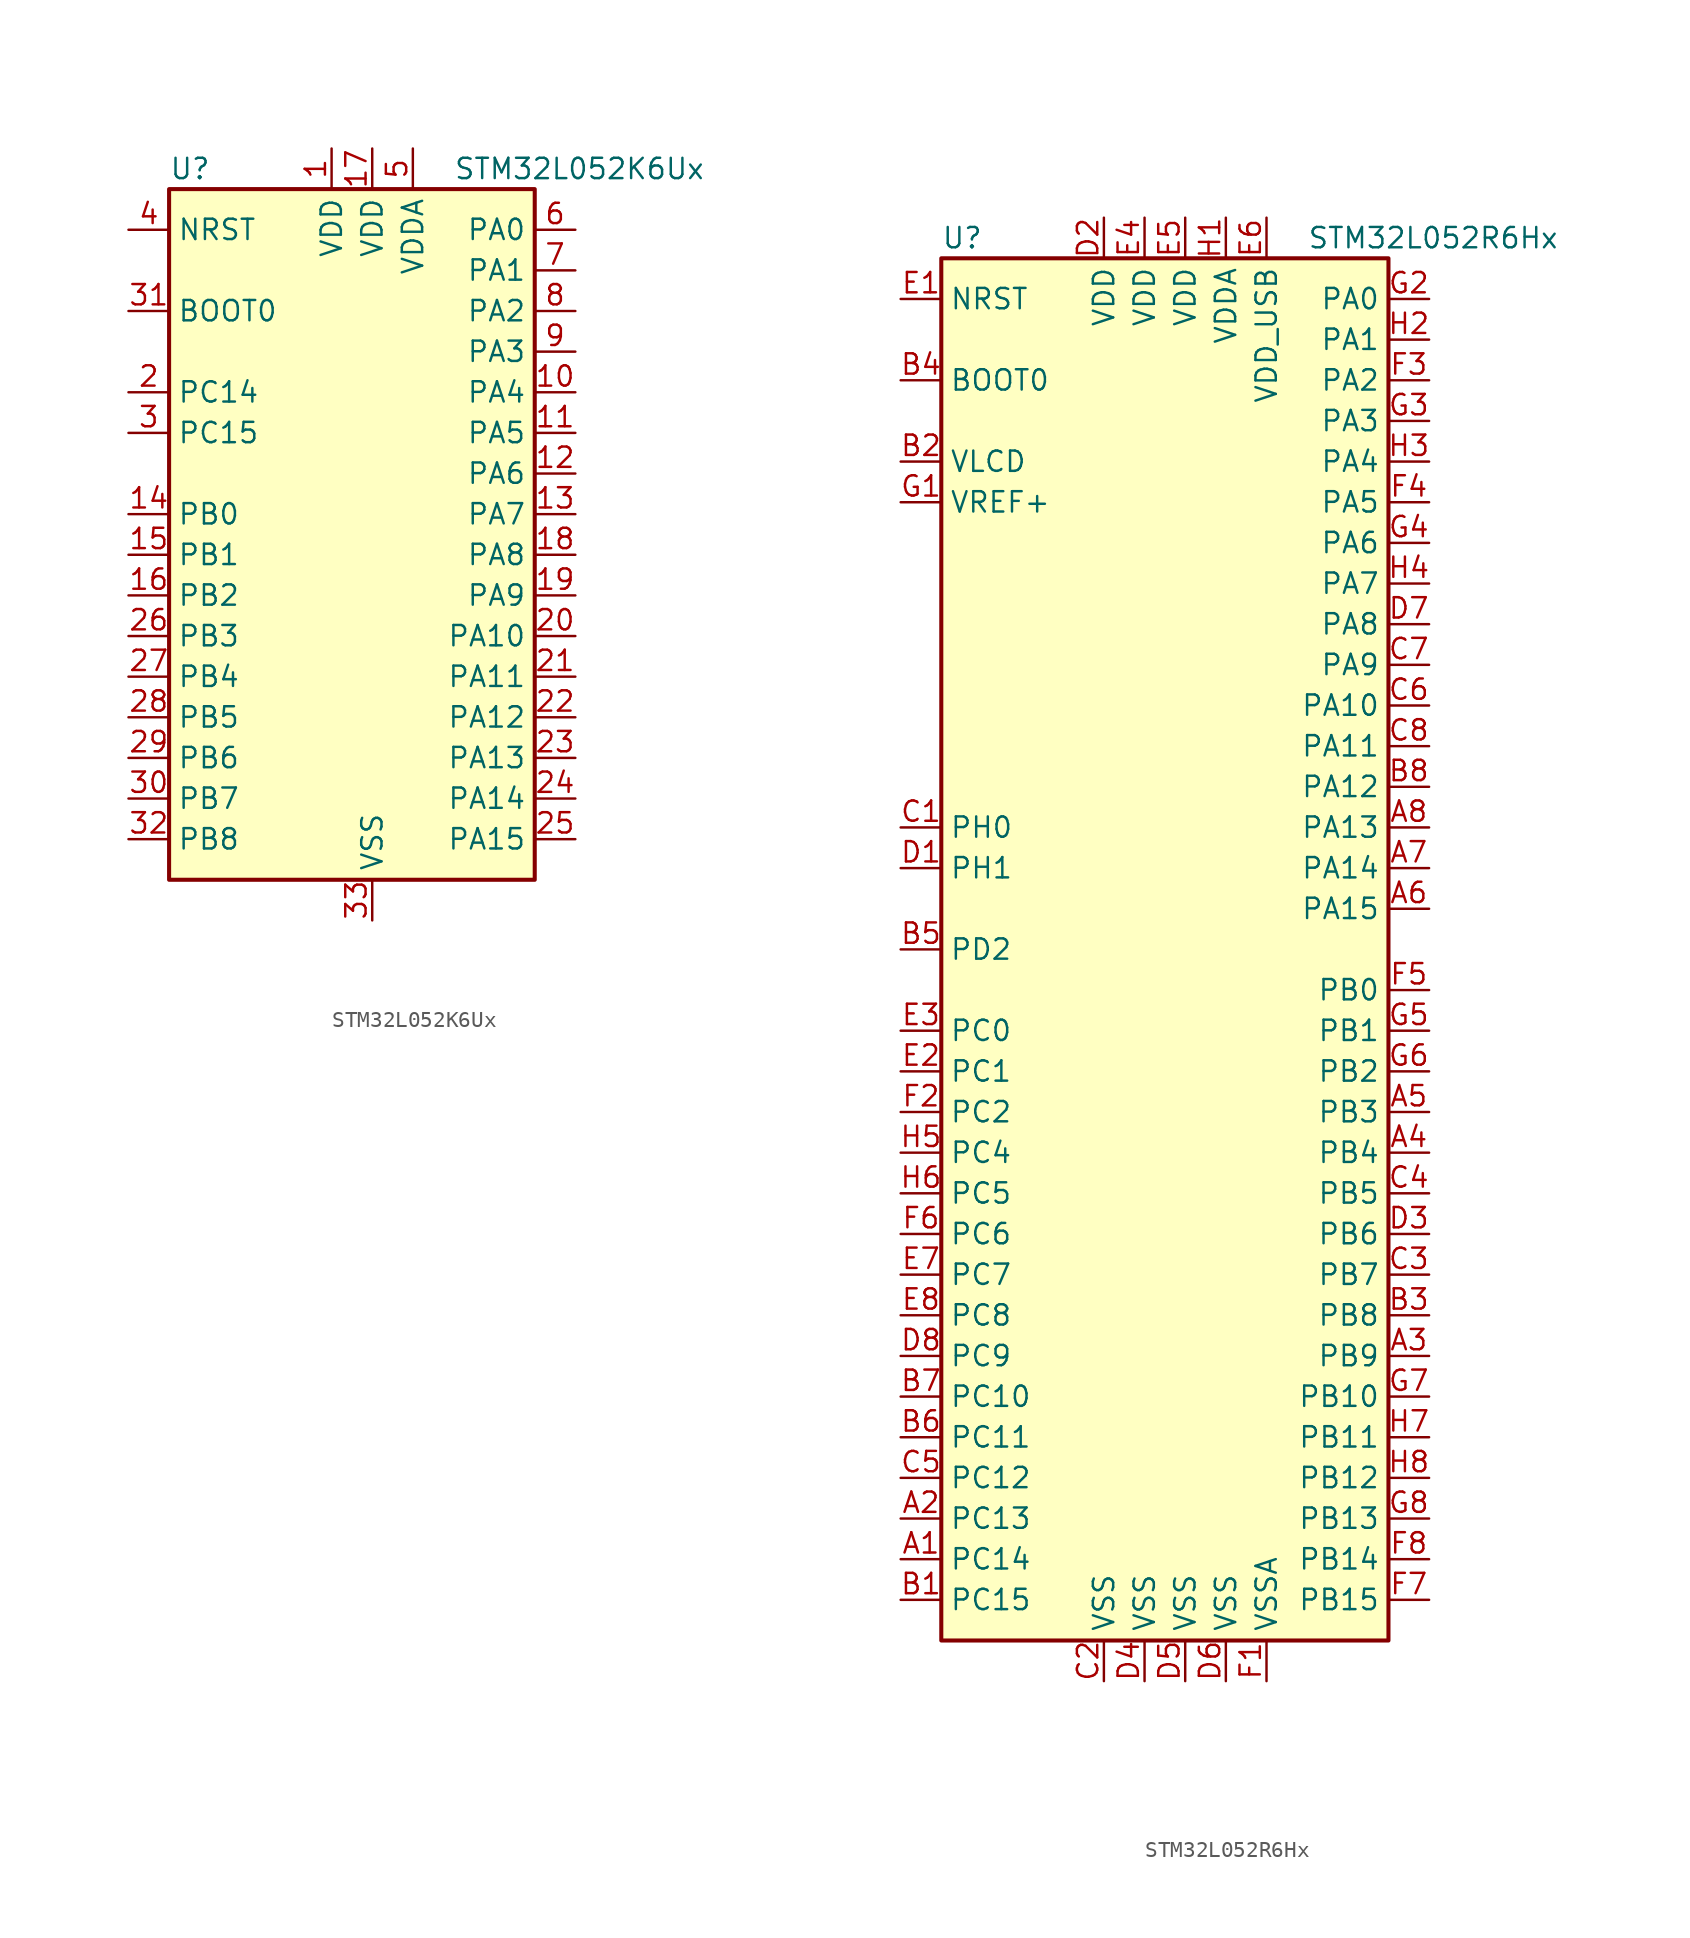
<source format=kicad_sym>
(kicad_symbol_lib
  (version 20201005)
  (generator kicad_symbol_editor)
  (symbol "STM32L052K6Ux"
    (property "Reference" "U"
      (at -12.7 21.59 0)
      (effects (font (size 1.27 1.27)) (justify left)))
    (property "Value" "STM32L052K6Ux"
      (at 5.08 21.59 0)
      (effects (font (size 1.27 1.27)) (justify left)))
    (symbol "STM32L052K6Ux_0_1"
      (rectangle (start -12.7 -22.86) (end 10.16 20.32) (stroke (width 0.254)) (fill (type background))))
    (symbol "STM32L052K6Ux_1_1"
      (pin input line (at -15.24 12.7 0) (length 2.54) (name "BOOT0" (effects (font (size 1.27 1.27)))) (number "31" (effects (font (size 1.27 1.27)))))
      (pin input line (at -15.24 17.78 0) (length 2.54) (name "NRST" (effects (font (size 1.27 1.27)))) (number "4" (effects (font (size 1.27 1.27)))))
      (pin bidirectional line (at 12.7 17.78 180) (length 2.54) (name "PA0" (effects (font (size 1.27 1.27)))) (number "6" (effects (font (size 1.27 1.27)))))
      (pin bidirectional line (at 12.7 15.24 180) (length 2.54) (name "PA1" (effects (font (size 1.27 1.27)))) (number "7" (effects (font (size 1.27 1.27)))))
      (pin bidirectional line (at 12.7 -7.62 180) (length 2.54) (name "PA10" (effects (font (size 1.27 1.27)))) (number "20" (effects (font (size 1.27 1.27)))))
      (pin bidirectional line (at 12.7 -10.16 180) (length 2.54) (name "PA11" (effects (font (size 1.27 1.27)))) (number "21" (effects (font (size 1.27 1.27)))))
      (pin bidirectional line (at 12.7 -12.7 180) (length 2.54) (name "PA12" (effects (font (size 1.27 1.27)))) (number "22" (effects (font (size 1.27 1.27)))))
      (pin bidirectional line (at 12.7 -15.24 180) (length 2.54) (name "PA13" (effects (font (size 1.27 1.27)))) (number "23" (effects (font (size 1.27 1.27)))))
      (pin bidirectional line (at 12.7 -17.78 180) (length 2.54) (name "PA14" (effects (font (size 1.27 1.27)))) (number "24" (effects (font (size 1.27 1.27)))))
      (pin bidirectional line (at 12.7 -20.32 180) (length 2.54) (name "PA15" (effects (font (size 1.27 1.27)))) (number "25" (effects (font (size 1.27 1.27)))))
      (pin bidirectional line (at 12.7 12.7 180) (length 2.54) (name "PA2" (effects (font (size 1.27 1.27)))) (number "8" (effects (font (size 1.27 1.27)))))
      (pin bidirectional line (at 12.7 10.16 180) (length 2.54) (name "PA3" (effects (font (size 1.27 1.27)))) (number "9" (effects (font (size 1.27 1.27)))))
      (pin bidirectional line (at 12.7 7.62 180) (length 2.54) (name "PA4" (effects (font (size 1.27 1.27)))) (number "10" (effects (font (size 1.27 1.27)))))
      (pin bidirectional line (at 12.7 5.08 180) (length 2.54) (name "PA5" (effects (font (size 1.27 1.27)))) (number "11" (effects (font (size 1.27 1.27)))))
      (pin bidirectional line (at 12.7 2.54 180) (length 2.54) (name "PA6" (effects (font (size 1.27 1.27)))) (number "12" (effects (font (size 1.27 1.27)))))
      (pin bidirectional line (at 12.7 0 180) (length 2.54) (name "PA7" (effects (font (size 1.27 1.27)))) (number "13" (effects (font (size 1.27 1.27)))))
      (pin bidirectional line (at 12.7 -2.54 180) (length 2.54) (name "PA8" (effects (font (size 1.27 1.27)))) (number "18" (effects (font (size 1.27 1.27)))))
      (pin bidirectional line (at 12.7 -5.08 180) (length 2.54) (name "PA9" (effects (font (size 1.27 1.27)))) (number "19" (effects (font (size 1.27 1.27)))))
      (pin bidirectional line (at -15.24 0 0) (length 2.54) (name "PB0" (effects (font (size 1.27 1.27)))) (number "14" (effects (font (size 1.27 1.27)))))
      (pin bidirectional line (at -15.24 -2.54 0) (length 2.54) (name "PB1" (effects (font (size 1.27 1.27)))) (number "15" (effects (font (size 1.27 1.27)))))
      (pin bidirectional line (at -15.24 -5.08 0) (length 2.54) (name "PB2" (effects (font (size 1.27 1.27)))) (number "16" (effects (font (size 1.27 1.27)))))
      (pin bidirectional line (at -15.24 -7.62 0) (length 2.54) (name "PB3" (effects (font (size 1.27 1.27)))) (number "26" (effects (font (size 1.27 1.27)))))
      (pin bidirectional line (at -15.24 -10.16 0) (length 2.54) (name "PB4" (effects (font (size 1.27 1.27)))) (number "27" (effects (font (size 1.27 1.27)))))
      (pin bidirectional line (at -15.24 -12.7 0) (length 2.54) (name "PB5" (effects (font (size 1.27 1.27)))) (number "28" (effects (font (size 1.27 1.27)))))
      (pin bidirectional line (at -15.24 -15.24 0) (length 2.54) (name "PB6" (effects (font (size 1.27 1.27)))) (number "29" (effects (font (size 1.27 1.27)))))
      (pin bidirectional line (at -15.24 -17.78 0) (length 2.54) (name "PB7" (effects (font (size 1.27 1.27)))) (number "30" (effects (font (size 1.27 1.27)))))
      (pin bidirectional line (at -15.24 -20.32 0) (length 2.54) (name "PB8" (effects (font (size 1.27 1.27)))) (number "32" (effects (font (size 1.27 1.27)))))
      (pin bidirectional line (at -15.24 7.62 0) (length 2.54) (name "PC14" (effects (font (size 1.27 1.27)))) (number "2" (effects (font (size 1.27 1.27)))))
      (pin bidirectional line (at -15.24 5.08 0) (length 2.54) (name "PC15" (effects (font (size 1.27 1.27)))) (number "3" (effects (font (size 1.27 1.27)))))
      (pin power_in line (at -2.54 22.86 270) (length 2.54) (name "VDD" (effects (font (size 1.27 1.27)))) (number "1" (effects (font (size 1.27 1.27)))))
      (pin power_in line (at 0 22.86 270) (length 2.54) (name "VDD" (effects (font (size 1.27 1.27)))) (number "17" (effects (font (size 1.27 1.27)))))
      (pin power_in line (at 2.54 22.86 270) (length 2.54) (name "VDDA" (effects (font (size 1.27 1.27)))) (number "5" (effects (font (size 1.27 1.27)))))
      (pin power_in line (at 0 -25.4 90) (length 2.54) (name "VSS" (effects (font (size 1.27 1.27)))) (number "33" (effects (font (size 1.27 1.27)))))))
  (symbol "STM32L052R6Hx"
    (property "Reference" "U"
      (at -15.24 44.45 0)
      (effects (font (size 1.27 1.27)) (justify left)))
    (property "Value" "STM32L052R6Hx"
      (at 7.62 44.45 0)
      (effects (font (size 1.27 1.27)) (justify left)))
    (symbol "STM32L052R6Hx_0_1"
      (rectangle (start -15.24 -43.18) (end 12.7 43.18) (stroke (width 0.254)) (fill (type background))))
    (symbol "STM32L052R6Hx_1_1"
      (pin input line (at -17.78 35.56 0) (length 2.54) (name "BOOT0" (effects (font (size 1.27 1.27)))) (number "B4" (effects (font (size 1.27 1.27)))))
      (pin input line (at -17.78 40.64 0) (length 2.54) (name "NRST" (effects (font (size 1.27 1.27)))) (number "E1" (effects (font (size 1.27 1.27)))))
      (pin bidirectional line (at 15.24 40.64 180) (length 2.54) (name "PA0" (effects (font (size 1.27 1.27)))) (number "G2" (effects (font (size 1.27 1.27)))))
      (pin bidirectional line (at 15.24 38.1 180) (length 2.54) (name "PA1" (effects (font (size 1.27 1.27)))) (number "H2" (effects (font (size 1.27 1.27)))))
      (pin bidirectional line (at 15.24 15.24 180) (length 2.54) (name "PA10" (effects (font (size 1.27 1.27)))) (number "C6" (effects (font (size 1.27 1.27)))))
      (pin bidirectional line (at 15.24 12.7 180) (length 2.54) (name "PA11" (effects (font (size 1.27 1.27)))) (number "C8" (effects (font (size 1.27 1.27)))))
      (pin bidirectional line (at 15.24 10.16 180) (length 2.54) (name "PA12" (effects (font (size 1.27 1.27)))) (number "B8" (effects (font (size 1.27 1.27)))))
      (pin bidirectional line (at 15.24 7.62 180) (length 2.54) (name "PA13" (effects (font (size 1.27 1.27)))) (number "A8" (effects (font (size 1.27 1.27)))))
      (pin bidirectional line (at 15.24 5.08 180) (length 2.54) (name "PA14" (effects (font (size 1.27 1.27)))) (number "A7" (effects (font (size 1.27 1.27)))))
      (pin bidirectional line (at 15.24 2.54 180) (length 2.54) (name "PA15" (effects (font (size 1.27 1.27)))) (number "A6" (effects (font (size 1.27 1.27)))))
      (pin bidirectional line (at 15.24 35.56 180) (length 2.54) (name "PA2" (effects (font (size 1.27 1.27)))) (number "F3" (effects (font (size 1.27 1.27)))))
      (pin bidirectional line (at 15.24 33.02 180) (length 2.54) (name "PA3" (effects (font (size 1.27 1.27)))) (number "G3" (effects (font (size 1.27 1.27)))))
      (pin bidirectional line (at 15.24 30.48 180) (length 2.54) (name "PA4" (effects (font (size 1.27 1.27)))) (number "H3" (effects (font (size 1.27 1.27)))))
      (pin bidirectional line (at 15.24 27.94 180) (length 2.54) (name "PA5" (effects (font (size 1.27 1.27)))) (number "F4" (effects (font (size 1.27 1.27)))))
      (pin bidirectional line (at 15.24 25.4 180) (length 2.54) (name "PA6" (effects (font (size 1.27 1.27)))) (number "G4" (effects (font (size 1.27 1.27)))))
      (pin bidirectional line (at 15.24 22.86 180) (length 2.54) (name "PA7" (effects (font (size 1.27 1.27)))) (number "H4" (effects (font (size 1.27 1.27)))))
      (pin bidirectional line (at 15.24 20.32 180) (length 2.54) (name "PA8" (effects (font (size 1.27 1.27)))) (number "D7" (effects (font (size 1.27 1.27)))))
      (pin bidirectional line (at 15.24 17.78 180) (length 2.54) (name "PA9" (effects (font (size 1.27 1.27)))) (number "C7" (effects (font (size 1.27 1.27)))))
      (pin bidirectional line (at 15.24 -2.54 180) (length 2.54) (name "PB0" (effects (font (size 1.27 1.27)))) (number "F5" (effects (font (size 1.27 1.27)))))
      (pin bidirectional line (at 15.24 -5.08 180) (length 2.54) (name "PB1" (effects (font (size 1.27 1.27)))) (number "G5" (effects (font (size 1.27 1.27)))))
      (pin bidirectional line (at 15.24 -27.94 180) (length 2.54) (name "PB10" (effects (font (size 1.27 1.27)))) (number "G7" (effects (font (size 1.27 1.27)))))
      (pin bidirectional line (at 15.24 -30.48 180) (length 2.54) (name "PB11" (effects (font (size 1.27 1.27)))) (number "H7" (effects (font (size 1.27 1.27)))))
      (pin bidirectional line (at 15.24 -33.02 180) (length 2.54) (name "PB12" (effects (font (size 1.27 1.27)))) (number "H8" (effects (font (size 1.27 1.27)))))
      (pin bidirectional line (at 15.24 -35.56 180) (length 2.54) (name "PB13" (effects (font (size 1.27 1.27)))) (number "G8" (effects (font (size 1.27 1.27)))))
      (pin bidirectional line (at 15.24 -38.1 180) (length 2.54) (name "PB14" (effects (font (size 1.27 1.27)))) (number "F8" (effects (font (size 1.27 1.27)))))
      (pin bidirectional line (at 15.24 -40.64 180) (length 2.54) (name "PB15" (effects (font (size 1.27 1.27)))) (number "F7" (effects (font (size 1.27 1.27)))))
      (pin bidirectional line (at 15.24 -7.62 180) (length 2.54) (name "PB2" (effects (font (size 1.27 1.27)))) (number "G6" (effects (font (size 1.27 1.27)))))
      (pin bidirectional line (at 15.24 -10.16 180) (length 2.54) (name "PB3" (effects (font (size 1.27 1.27)))) (number "A5" (effects (font (size 1.27 1.27)))))
      (pin bidirectional line (at 15.24 -12.7 180) (length 2.54) (name "PB4" (effects (font (size 1.27 1.27)))) (number "A4" (effects (font (size 1.27 1.27)))))
      (pin bidirectional line (at 15.24 -15.24 180) (length 2.54) (name "PB5" (effects (font (size 1.27 1.27)))) (number "C4" (effects (font (size 1.27 1.27)))))
      (pin bidirectional line (at 15.24 -17.78 180) (length 2.54) (name "PB6" (effects (font (size 1.27 1.27)))) (number "D3" (effects (font (size 1.27 1.27)))))
      (pin bidirectional line (at 15.24 -20.32 180) (length 2.54) (name "PB7" (effects (font (size 1.27 1.27)))) (number "C3" (effects (font (size 1.27 1.27)))))
      (pin bidirectional line (at 15.24 -22.86 180) (length 2.54) (name "PB8" (effects (font (size 1.27 1.27)))) (number "B3" (effects (font (size 1.27 1.27)))))
      (pin bidirectional line (at 15.24 -25.4 180) (length 2.54) (name "PB9" (effects (font (size 1.27 1.27)))) (number "A3" (effects (font (size 1.27 1.27)))))
      (pin bidirectional line (at -17.78 -5.08 0) (length 2.54) (name "PC0" (effects (font (size 1.27 1.27)))) (number "E3" (effects (font (size 1.27 1.27)))))
      (pin bidirectional line (at -17.78 -7.62 0) (length 2.54) (name "PC1" (effects (font (size 1.27 1.27)))) (number "E2" (effects (font (size 1.27 1.27)))))
      (pin bidirectional line (at -17.78 -27.94 0) (length 2.54) (name "PC10" (effects (font (size 1.27 1.27)))) (number "B7" (effects (font (size 1.27 1.27)))))
      (pin bidirectional line (at -17.78 -30.48 0) (length 2.54) (name "PC11" (effects (font (size 1.27 1.27)))) (number "B6" (effects (font (size 1.27 1.27)))))
      (pin bidirectional line (at -17.78 -33.02 0) (length 2.54) (name "PC12" (effects (font (size 1.27 1.27)))) (number "C5" (effects (font (size 1.27 1.27)))))
      (pin bidirectional line (at -17.78 -35.56 0) (length 2.54) (name "PC13" (effects (font (size 1.27 1.27)))) (number "A2" (effects (font (size 1.27 1.27)))))
      (pin bidirectional line (at -17.78 -38.1 0) (length 2.54) (name "PC14" (effects (font (size 1.27 1.27)))) (number "A1" (effects (font (size 1.27 1.27)))))
      (pin bidirectional line (at -17.78 -40.64 0) (length 2.54) (name "PC15" (effects (font (size 1.27 1.27)))) (number "B1" (effects (font (size 1.27 1.27)))))
      (pin bidirectional line (at -17.78 -10.16 0) (length 2.54) (name "PC2" (effects (font (size 1.27 1.27)))) (number "F2" (effects (font (size 1.27 1.27)))))
      (pin bidirectional line (at -17.78 -12.7 0) (length 2.54) (name "PC4" (effects (font (size 1.27 1.27)))) (number "H5" (effects (font (size 1.27 1.27)))))
      (pin bidirectional line (at -17.78 -15.24 0) (length 2.54) (name "PC5" (effects (font (size 1.27 1.27)))) (number "H6" (effects (font (size 1.27 1.27)))))
      (pin bidirectional line (at -17.78 -17.78 0) (length 2.54) (name "PC6" (effects (font (size 1.27 1.27)))) (number "F6" (effects (font (size 1.27 1.27)))))
      (pin bidirectional line (at -17.78 -20.32 0) (length 2.54) (name "PC7" (effects (font (size 1.27 1.27)))) (number "E7" (effects (font (size 1.27 1.27)))))
      (pin bidirectional line (at -17.78 -22.86 0) (length 2.54) (name "PC8" (effects (font (size 1.27 1.27)))) (number "E8" (effects (font (size 1.27 1.27)))))
      (pin bidirectional line (at -17.78 -25.4 0) (length 2.54) (name "PC9" (effects (font (size 1.27 1.27)))) (number "D8" (effects (font (size 1.27 1.27)))))
      (pin bidirectional line (at -17.78 0 0) (length 2.54) (name "PD2" (effects (font (size 1.27 1.27)))) (number "B5" (effects (font (size 1.27 1.27)))))
      (pin input line (at -17.78 7.62 0) (length 2.54) (name "PH0" (effects (font (size 1.27 1.27)))) (number "C1" (effects (font (size 1.27 1.27)))))
      (pin input line (at -17.78 5.08 0) (length 2.54) (name "PH1" (effects (font (size 1.27 1.27)))) (number "D1" (effects (font (size 1.27 1.27)))))
      (pin power_in line (at -5.08 45.72 270) (length 2.54) (name "VDD" (effects (font (size 1.27 1.27)))) (number "D2" (effects (font (size 1.27 1.27)))))
      (pin power_in line (at -2.54 45.72 270) (length 2.54) (name "VDD" (effects (font (size 1.27 1.27)))) (number "E4" (effects (font (size 1.27 1.27)))))
      (pin power_in line (at 0 45.72 270) (length 2.54) (name "VDD" (effects (font (size 1.27 1.27)))) (number "E5" (effects (font (size 1.27 1.27)))))
      (pin power_in line (at 2.54 45.72 270) (length 2.54) (name "VDDA" (effects (font (size 1.27 1.27)))) (number "H1" (effects (font (size 1.27 1.27)))))
      (pin power_in line (at 5.08 45.72 270) (length 2.54) (name "VDD_USB" (effects (font (size 1.27 1.27)))) (number "E6" (effects (font (size 1.27 1.27)))))
      (pin power_in line (at -17.78 30.48 0) (length 2.54) (name "VLCD" (effects (font (size 1.27 1.27)))) (number "B2" (effects (font (size 1.27 1.27)))))
      (pin power_in line (at -17.78 27.94 0) (length 2.54) (name "VREF+" (effects (font (size 1.27 1.27)))) (number "G1" (effects (font (size 1.27 1.27)))))
      (pin power_in line (at -5.08 -45.72 90) (length 2.54) (name "VSS" (effects (font (size 1.27 1.27)))) (number "C2" (effects (font (size 1.27 1.27)))))
      (pin power_in line (at -2.54 -45.72 90) (length 2.54) (name "VSS" (effects (font (size 1.27 1.27)))) (number "D4" (effects (font (size 1.27 1.27)))))
      (pin power_in line (at 0 -45.72 90) (length 2.54) (name "VSS" (effects (font (size 1.27 1.27)))) (number "D5" (effects (font (size 1.27 1.27)))))
      (pin power_in line (at 2.54 -45.72 90) (length 2.54) (name "VSS" (effects (font (size 1.27 1.27)))) (number "D6" (effects (font (size 1.27 1.27)))))
      (pin power_in line (at 5.08 -45.72 90) (length 2.54) (name "VSSA" (effects (font (size 1.27 1.27)))) (number "F1" (effects (font (size 1.27 1.27))))))))
</source>
